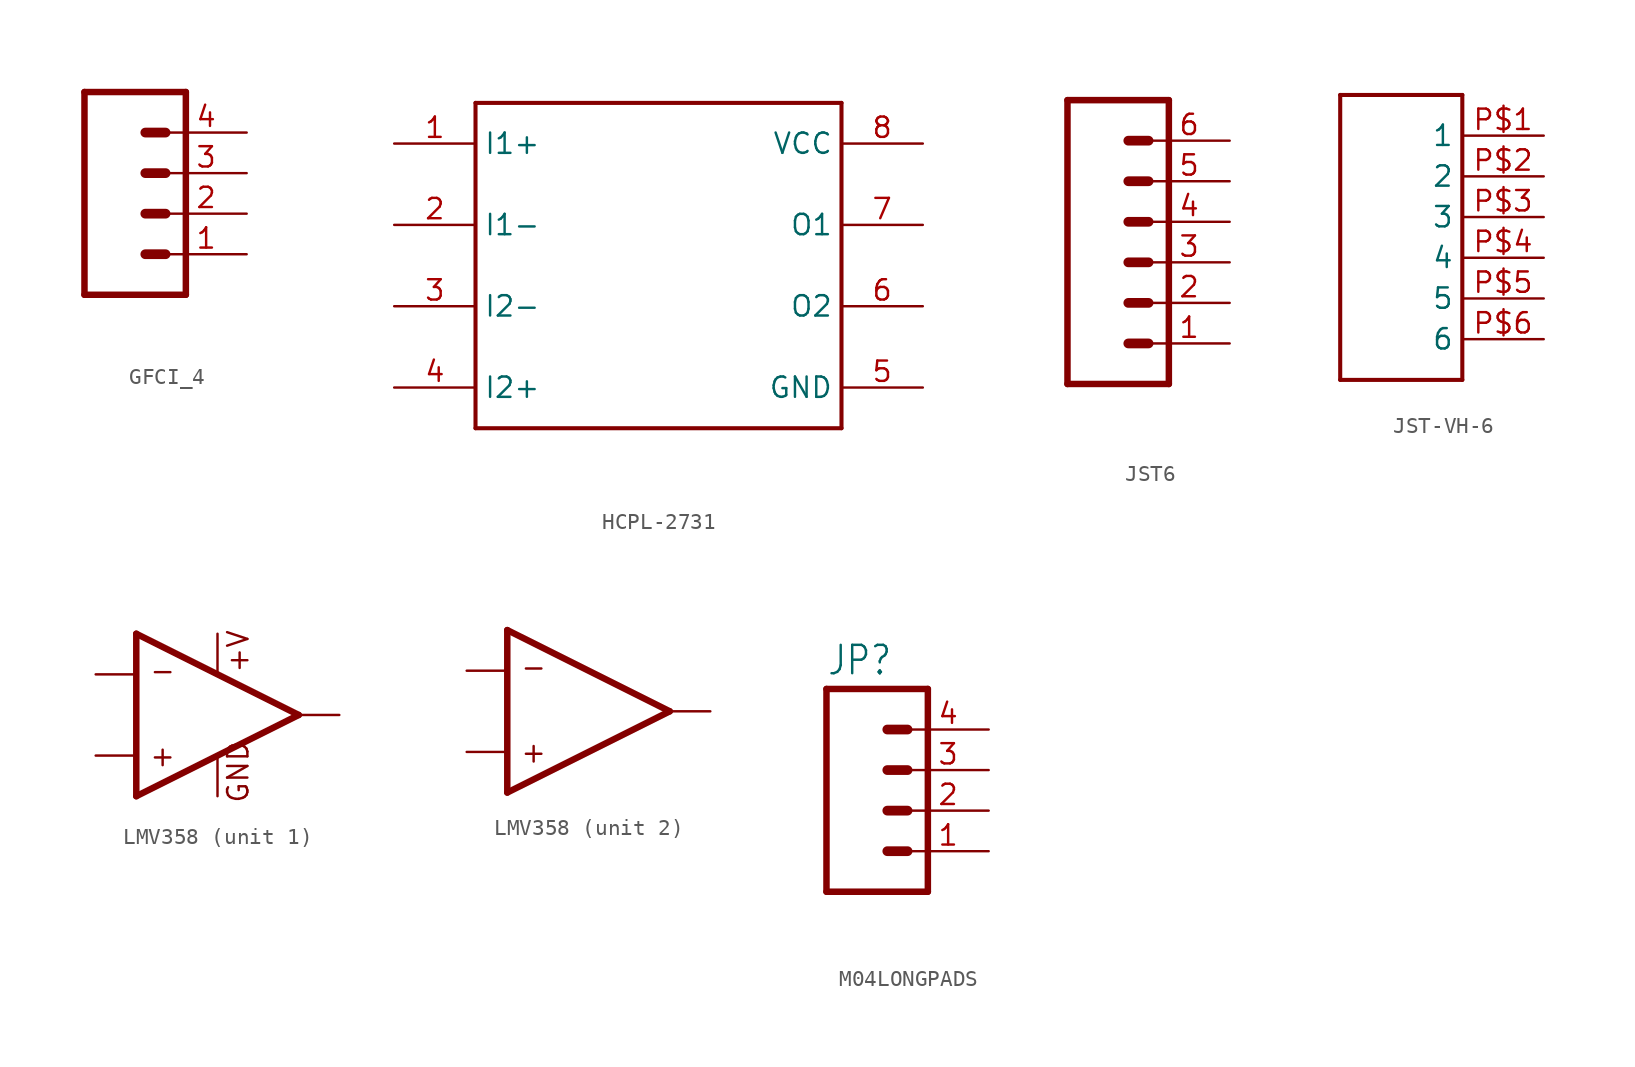
<source format=kicad_sym>
(kicad_symbol_lib
  (version 20220914)
  (generator kicad_symbol_editor)
  (symbol "GFCI_4"
    (property "Reference" ""
      (at -5.08 8.382 0)
      (effects (font (size 1.778 1.511)) (justify left bottom) hide))
    (property "Value" ""
      (at -5.08 -7.62 0)
      (effects (font (size 1.778 1.511)) (justify left bottom)))
    (property "ki_locked" ""
      (at 0 0 0)
      (effects (font (size 1.27 1.27))))
    (symbol "GFCI_4_1_0"
      (polyline (pts (xy -5.08 7.62) (xy -5.08 -5.08)) (stroke (width 0.406) (type solid)) (fill (type none)))
      (polyline (pts (xy -5.08 7.62) (xy 1.27 7.62)) (stroke (width 0.406) (type solid)) (fill (type none)))
      (polyline (pts (xy -1.27 -2.54) (xy 0 -2.54)) (stroke (width 0.61) (type solid)) (fill (type none)))
      (polyline (pts (xy -1.27 0) (xy 0 0)) (stroke (width 0.61) (type solid)) (fill (type none)))
      (polyline (pts (xy -1.27 2.54) (xy 0 2.54)) (stroke (width 0.61) (type solid)) (fill (type none)))
      (polyline (pts (xy -1.27 5.08) (xy 0 5.08)) (stroke (width 0.61) (type solid)) (fill (type none)))
      (polyline (pts (xy 1.27 -5.08) (xy -5.08 -5.08)) (stroke (width 0.406) (type solid)) (fill (type none)))
      (polyline (pts (xy 1.27 -5.08) (xy 1.27 7.62)) (stroke (width 0.406) (type solid)) (fill (type none)))
      (pin passive line (at 5.08 -2.54 180) (length 5.08) (name "1" (effects (font (size 0 0)))) (number "1" (effects (font (size 1.27 1.27)))))
      (pin passive line (at 5.08 0 180) (length 5.08) (name "2" (effects (font (size 0 0)))) (number "2" (effects (font (size 1.27 1.27)))))
      (pin passive line (at 5.08 2.54 180) (length 5.08) (name "3" (effects (font (size 0 0)))) (number "3" (effects (font (size 1.27 1.27)))))
      (pin passive line (at 5.08 5.08 180) (length 5.08) (name "4" (effects (font (size 0 0)))) (number "4" (effects (font (size 1.27 1.27)))))))
  (symbol "HCPL-2731"
    (property "Reference" ""
      (at 5.08 15.24 0)
      (effects (font (size 1.27 1.079)) (justify left bottom) hide))
    (property "Value" ""
      (at 5.08 -10.16 0)
      (effects (font (size 1.27 1.079)) (justify left bottom)))
    (property "ki_locked" ""
      (at 0 0 0)
      (effects (font (size 1.27 1.27))))
    (symbol "HCPL-2731_1_0"
      (polyline (pts (xy -7.62 -7.62) (xy -7.62 12.7)) (stroke (width 0.254) (type solid)) (fill (type none)))
      (polyline (pts (xy -7.62 12.7) (xy 15.24 12.7)) (stroke (width 0.254) (type solid)) (fill (type none)))
      (polyline (pts (xy 15.24 -7.62) (xy -7.62 -7.62)) (stroke (width 0.254) (type solid)) (fill (type none)))
      (polyline (pts (xy 15.24 12.7) (xy 15.24 -7.62)) (stroke (width 0.254) (type solid)) (fill (type none)))
      (pin bidirectional line (at -12.7 10.16 0) (length 5.08) (name "I1+" (effects (font (size 1.27 1.27)))) (number "1" (effects (font (size 1.27 1.27)))))
      (pin bidirectional line (at -12.7 5.08 0) (length 5.08) (name "I1-" (effects (font (size 1.27 1.27)))) (number "2" (effects (font (size 1.27 1.27)))))
      (pin bidirectional line (at -12.7 0 0) (length 5.08) (name "I2-" (effects (font (size 1.27 1.27)))) (number "3" (effects (font (size 1.27 1.27)))))
      (pin bidirectional line (at -12.7 -5.08 0) (length 5.08) (name "I2+" (effects (font (size 1.27 1.27)))) (number "4" (effects (font (size 1.27 1.27)))))
      (pin bidirectional line (at 20.32 -5.08 180) (length 5.08) (name "GND" (effects (font (size 1.27 1.27)))) (number "5" (effects (font (size 1.27 1.27)))))
      (pin bidirectional line (at 20.32 0 180) (length 5.08) (name "O2" (effects (font (size 1.27 1.27)))) (number "6" (effects (font (size 1.27 1.27)))))
      (pin bidirectional line (at 20.32 5.08 180) (length 5.08) (name "O1" (effects (font (size 1.27 1.27)))) (number "7" (effects (font (size 1.27 1.27)))))
      (pin bidirectional line (at 20.32 10.16 180) (length 5.08) (name "VCC" (effects (font (size 1.27 1.27)))) (number "8" (effects (font (size 1.27 1.27)))))))
  (symbol "JST6"
    (property "Reference" ""
      (at -5.08 10.922 0)
      (effects (font (size 1.778 1.511)) (justify left bottom) hide))
    (property "Value" ""
      (at -5.08 -10.16 0)
      (effects (font (size 1.778 1.511)) (justify left bottom)))
    (property "ki_locked" ""
      (at 0 0 0)
      (effects (font (size 1.27 1.27))))
    (symbol "JST6_1_0"
      (polyline (pts (xy -5.08 10.16) (xy -5.08 -7.62)) (stroke (width 0.406) (type solid)) (fill (type none)))
      (polyline (pts (xy -5.08 10.16) (xy 1.27 10.16)) (stroke (width 0.406) (type solid)) (fill (type none)))
      (polyline (pts (xy -1.27 -5.08) (xy 0 -5.08)) (stroke (width 0.61) (type solid)) (fill (type none)))
      (polyline (pts (xy -1.27 -2.54) (xy 0 -2.54)) (stroke (width 0.61) (type solid)) (fill (type none)))
      (polyline (pts (xy -1.27 0) (xy 0 0)) (stroke (width 0.61) (type solid)) (fill (type none)))
      (polyline (pts (xy -1.27 2.54) (xy 0 2.54)) (stroke (width 0.61) (type solid)) (fill (type none)))
      (polyline (pts (xy -1.27 5.08) (xy 0 5.08)) (stroke (width 0.61) (type solid)) (fill (type none)))
      (polyline (pts (xy -1.27 7.62) (xy 0 7.62)) (stroke (width 0.61) (type solid)) (fill (type none)))
      (polyline (pts (xy 1.27 -7.62) (xy -5.08 -7.62)) (stroke (width 0.406) (type solid)) (fill (type none)))
      (polyline (pts (xy 1.27 -7.62) (xy 1.27 10.16)) (stroke (width 0.406) (type solid)) (fill (type none)))
      (pin passive line (at 5.08 -5.08 180) (length 5.08) (name "1" (effects (font (size 0 0)))) (number "1" (effects (font (size 1.27 1.27)))))
      (pin passive line (at 5.08 -2.54 180) (length 5.08) (name "2" (effects (font (size 0 0)))) (number "2" (effects (font (size 1.27 1.27)))))
      (pin passive line (at 5.08 0 180) (length 5.08) (name "3" (effects (font (size 0 0)))) (number "3" (effects (font (size 1.27 1.27)))))
      (pin passive line (at 5.08 2.54 180) (length 5.08) (name "4" (effects (font (size 0 0)))) (number "4" (effects (font (size 1.27 1.27)))))
      (pin passive line (at 5.08 5.08 180) (length 5.08) (name "5" (effects (font (size 0 0)))) (number "5" (effects (font (size 1.27 1.27)))))
      (pin passive line (at 5.08 7.62 180) (length 5.08) (name "6" (effects (font (size 0 0)))) (number "6" (effects (font (size 1.27 1.27)))))))
  (symbol "JST-VH-6"
    (property "Reference" ""
      (at 0 0 0)
      (effects (font (size 1.27 1.27)) hide))
    (property "ki_locked" ""
      (at 0 0 0)
      (effects (font (size 1.27 1.27))))
    (symbol "JST-VH-6_1_0"
      (polyline (pts (xy -2.54 -5.08) (xy 5.08 -5.08)) (stroke (width 0.254) (type solid)) (fill (type none)))
      (polyline (pts (xy -2.54 12.7) (xy -2.54 -5.08)) (stroke (width 0.254) (type solid)) (fill (type none)))
      (polyline (pts (xy 5.08 -5.08) (xy 5.08 12.7)) (stroke (width 0.254) (type solid)) (fill (type none)))
      (polyline (pts (xy 5.08 12.7) (xy -2.54 12.7)) (stroke (width 0.254) (type solid)) (fill (type none)))
      (pin bidirectional line (at 10.16 10.16 180) (length 5.08) (name "1" (effects (font (size 1.27 1.27)))) (number "P$1" (effects (font (size 1.27 1.27)))))
      (pin bidirectional line (at 10.16 7.62 180) (length 5.08) (name "2" (effects (font (size 1.27 1.27)))) (number "P$2" (effects (font (size 1.27 1.27)))))
      (pin bidirectional line (at 10.16 5.08 180) (length 5.08) (name "3" (effects (font (size 1.27 1.27)))) (number "P$3" (effects (font (size 1.27 1.27)))))
      (pin bidirectional line (at 10.16 2.54 180) (length 5.08) (name "4" (effects (font (size 1.27 1.27)))) (number "P$4" (effects (font (size 1.27 1.27)))))
      (pin bidirectional line (at 10.16 0 180) (length 5.08) (name "5" (effects (font (size 1.27 1.27)))) (number "P$5" (effects (font (size 1.27 1.27)))))
      (pin bidirectional line (at 10.16 -2.54 180) (length 5.08) (name "6" (effects (font (size 1.27 1.27)))) (number "P$6" (effects (font (size 1.27 1.27)))))))
  (symbol "LMV358"
    (property "Reference" ""
      (at 0 0 0)
      (effects (font (size 1.27 1.27)) hide))
    (property "ki_locked" ""
      (at 0 0 0)
      (effects (font (size 1.27 1.27))))
    (symbol "LMV358_1_0"
      (polyline (pts (xy -5.08 -5.08) (xy 5.08 0)) (stroke (width 0.406) (type solid)) (fill (type none)))
      (polyline (pts (xy -5.08 5.08) (xy -5.08 -5.08)) (stroke (width 0.406) (type solid)) (fill (type none)))
      (polyline (pts (xy 5.08 0) (xy -5.08 5.08)) (stroke (width 0.406) (type solid)) (fill (type none)))
      (text "+" (at -4.318 -3.302 0) (effects (font (size 1.27 1.27)) (justify left bottom)))
      (text "+V" (at 2.032 2.54 900) (effects (font (size 1.27 1.27)) (justify left bottom)))
      (text "-" (at -4.318 2.032 0) (effects (font (size 1.27 1.27)) (justify left bottom)))
      (text "GND" (at 2.032 -5.588 900) (effects (font (size 1.27 1.27)) (justify left bottom)))
      (pin output line (at 7.62 0 180) (length 2.54) (name "OUT1" (effects (font (size 0 0)))) (number "1" (effects (font (size 0 0)))))
      (pin input line (at -7.62 2.54 0) (length 2.54) (name "-IN1" (effects (font (size 0 0)))) (number "2" (effects (font (size 0 0)))))
      (pin input line (at -7.62 -2.54 0) (length 2.54) (name "+IN1" (effects (font (size 0 0)))) (number "3" (effects (font (size 0 0)))))
      (pin power_in line (at 0 -5.08 90) (length 2.54) (name "GND" (effects (font (size 0 0)))) (number "4" (effects (font (size 0 0)))))
      (pin power_in line (at 0 5.08 270) (length 2.54) (name "+V" (effects (font (size 0 0)))) (number "8" (effects (font (size 0 0))))))
    (symbol "LMV358_2_0"
      (polyline (pts (xy -5.08 -5.08) (xy 5.08 0)) (stroke (width 0.406) (type solid)) (fill (type none)))
      (polyline (pts (xy -5.08 5.08) (xy -5.08 -5.08)) (stroke (width 0.406) (type solid)) (fill (type none)))
      (polyline (pts (xy 5.08 0) (xy -5.08 5.08)) (stroke (width 0.406) (type solid)) (fill (type none)))
      (text "+" (at -4.318 -3.302 0) (effects (font (size 1.27 1.27)) (justify left bottom)))
      (text "-" (at -4.318 2.032 0) (effects (font (size 1.27 1.27)) (justify left bottom)))
      (pin input line (at -7.62 -2.54 0) (length 2.54) (name "+IN2" (effects (font (size 0 0)))) (number "5" (effects (font (size 0 0)))))
      (pin input line (at -7.62 2.54 0) (length 2.54) (name "-IN2" (effects (font (size 0 0)))) (number "6" (effects (font (size 0 0)))))
      (pin output line (at 7.62 0 180) (length 2.54) (name "OUT2" (effects (font (size 0 0)))) (number "7" (effects (font (size 0 0)))))))
  (symbol "M04LONGPADS"
    (property "Reference" "JP"
      (at -5.08 8.382 0)
      (effects (font (size 1.778 1.511)) (justify left bottom)))
    (property "Value" ""
      (at -5.08 -7.62 0)
      (effects (font (size 1.778 1.511)) (justify left bottom)))
    (property "ki_locked" ""
      (at 0 0 0)
      (effects (font (size 1.27 1.27))))
    (symbol "M04LONGPADS_1_0"
      (polyline (pts (xy -5.08 7.62) (xy -5.08 -5.08)) (stroke (width 0.406) (type solid)) (fill (type none)))
      (polyline (pts (xy -5.08 7.62) (xy 1.27 7.62)) (stroke (width 0.406) (type solid)) (fill (type none)))
      (polyline (pts (xy -1.27 -2.54) (xy 0 -2.54)) (stroke (width 0.61) (type solid)) (fill (type none)))
      (polyline (pts (xy -1.27 0) (xy 0 0)) (stroke (width 0.61) (type solid)) (fill (type none)))
      (polyline (pts (xy -1.27 2.54) (xy 0 2.54)) (stroke (width 0.61) (type solid)) (fill (type none)))
      (polyline (pts (xy -1.27 5.08) (xy 0 5.08)) (stroke (width 0.61) (type solid)) (fill (type none)))
      (polyline (pts (xy 1.27 -5.08) (xy -5.08 -5.08)) (stroke (width 0.406) (type solid)) (fill (type none)))
      (polyline (pts (xy 1.27 -5.08) (xy 1.27 7.62)) (stroke (width 0.406) (type solid)) (fill (type none)))
      (pin passive line (at 5.08 -2.54 180) (length 5.08) (name "1" (effects (font (size 0 0)))) (number "1" (effects (font (size 1.27 1.27)))))
      (pin passive line (at 5.08 0 180) (length 5.08) (name "2" (effects (font (size 0 0)))) (number "2" (effects (font (size 1.27 1.27)))))
      (pin passive line (at 5.08 2.54 180) (length 5.08) (name "3" (effects (font (size 0 0)))) (number "3" (effects (font (size 1.27 1.27)))))
      (pin passive line (at 5.08 5.08 180) (length 5.08) (name "4" (effects (font (size 0 0)))) (number "4" (effects (font (size 1.27 1.27))))))))
</source>
